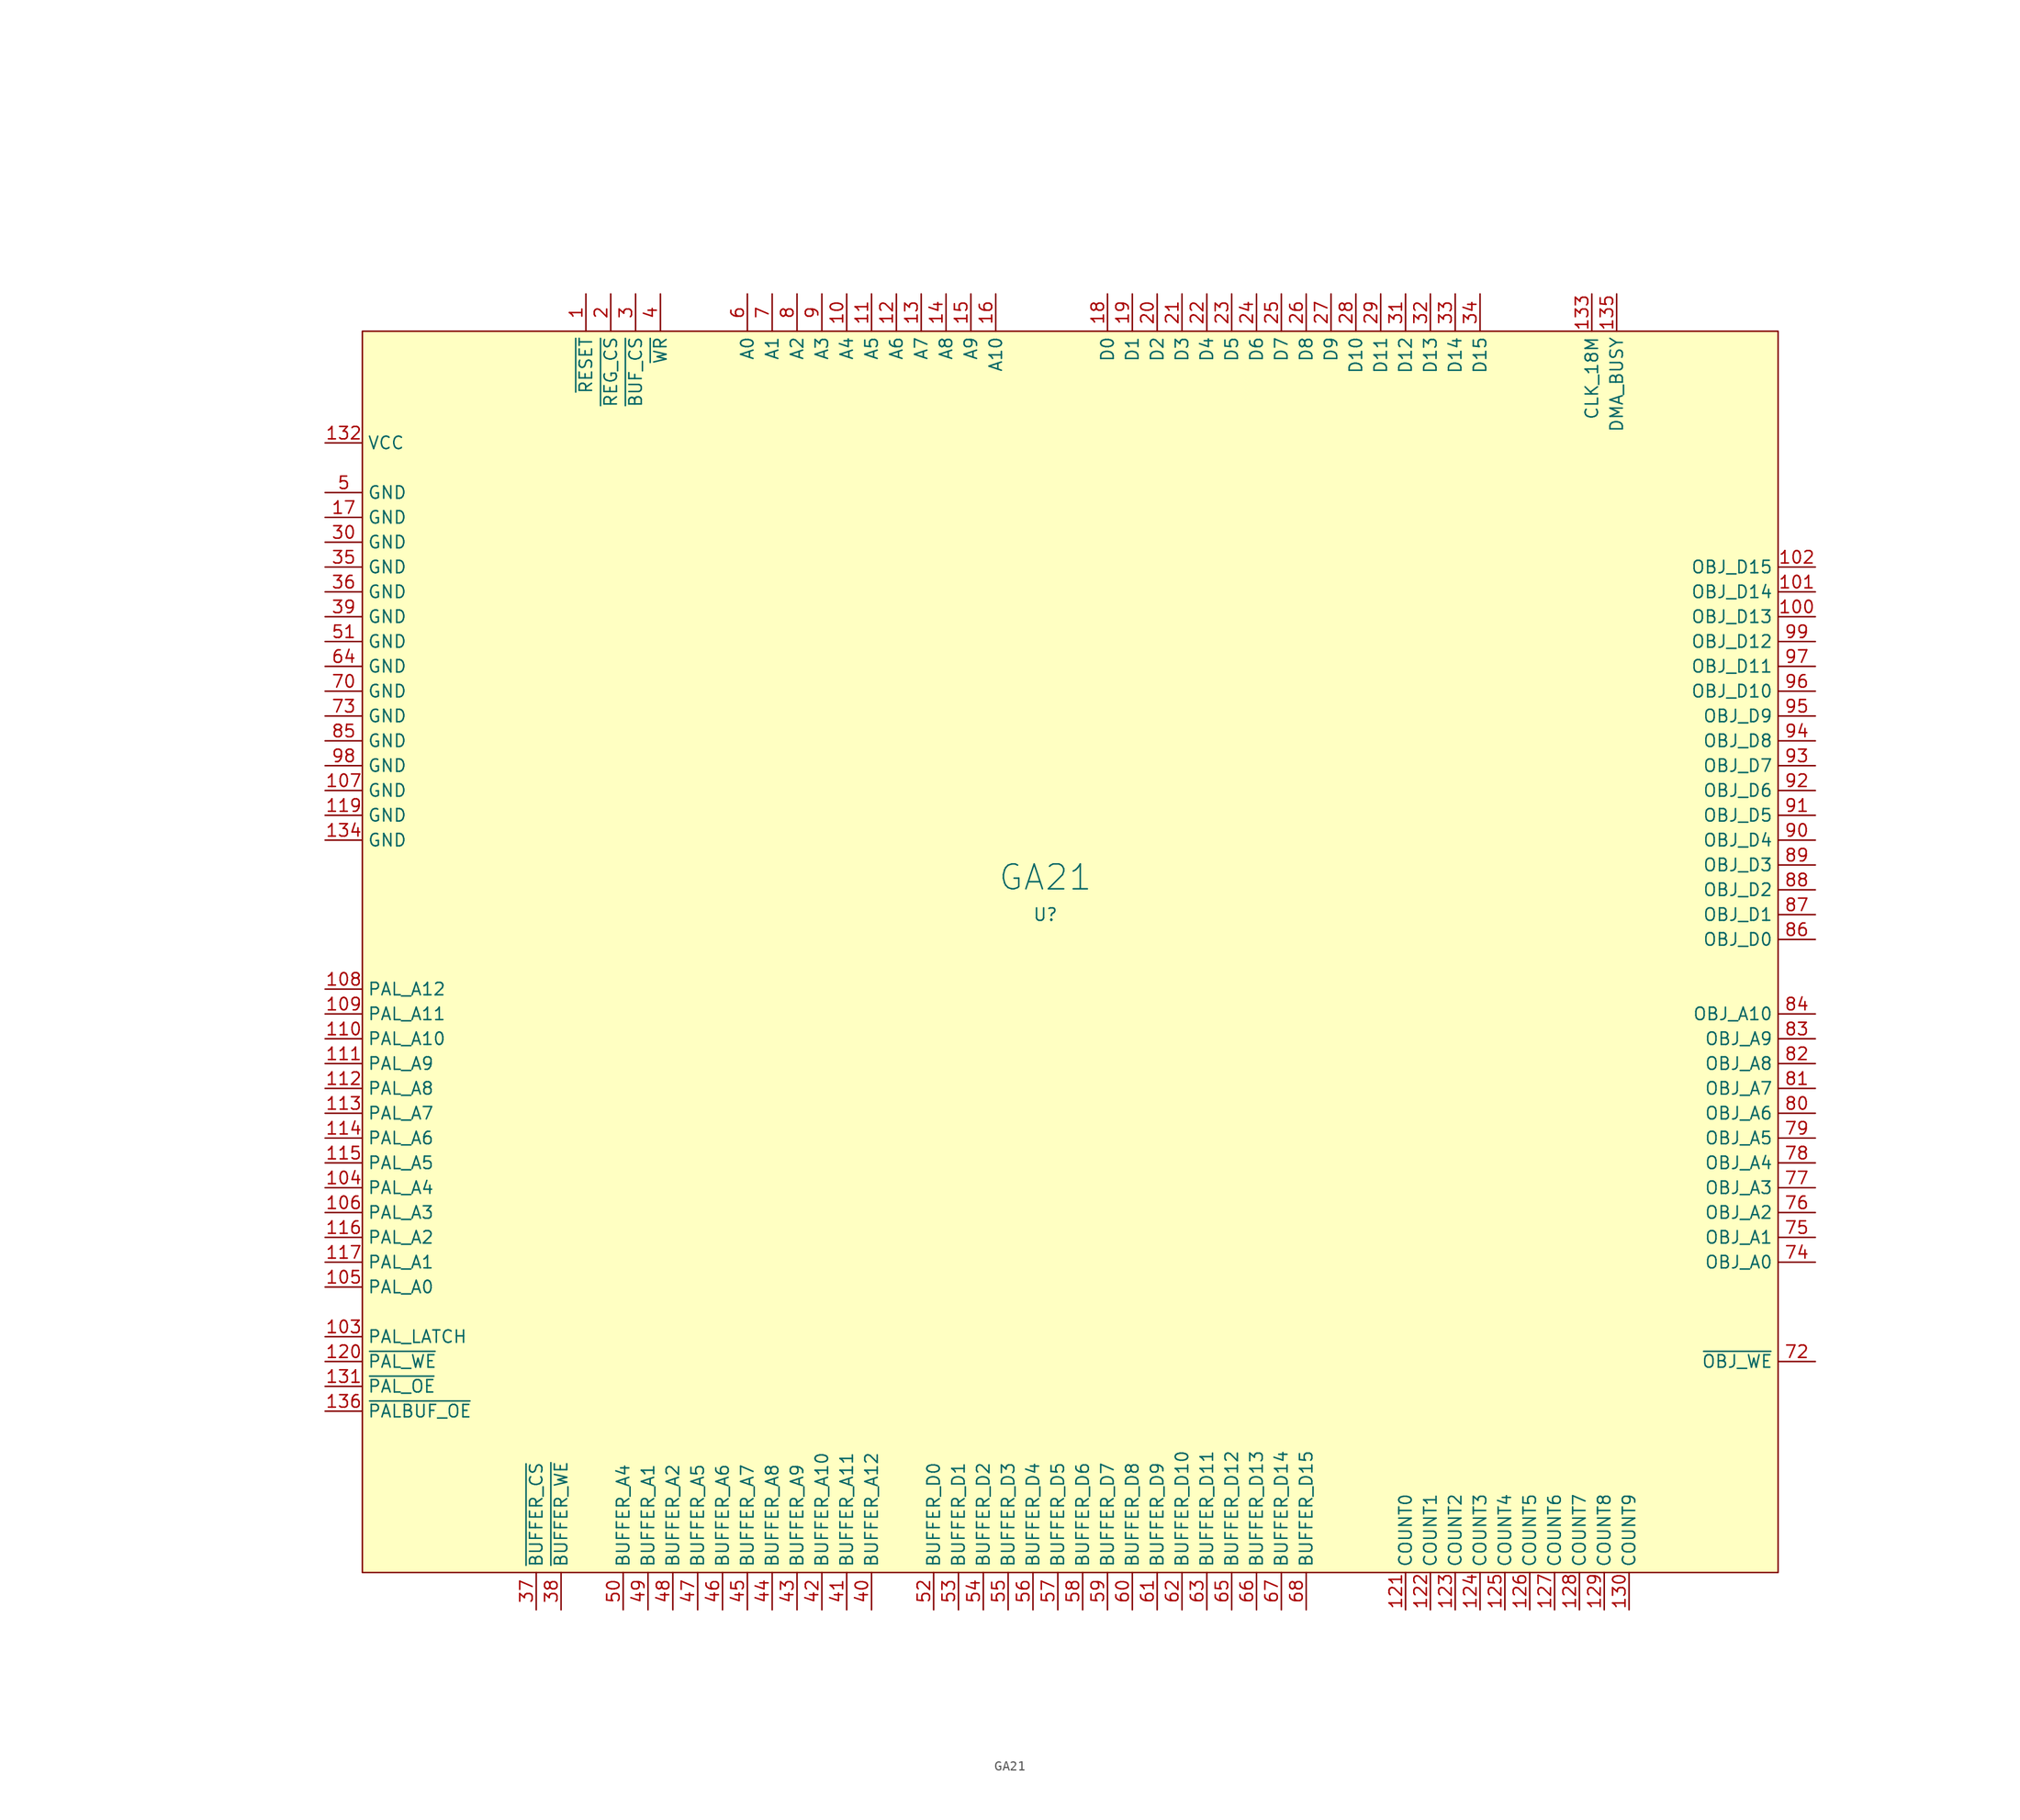
<source format=kicad_sym>
(kicad_symbol_lib
  (version 20220914)
  (generator kicad_symbol_editor)
  (symbol "GA21"
    (property "Reference" "U"
      (at 0 1.27 0)
      (effects (font (size 1.27 1.27))))
    (property "Value" "GA21"
      (at 0 5.08 0)
      (effects (font (size 2.54 2.54))))
    (symbol "GA21_0_1"
      (rectangle (start -69.85 60.96) (end 74.93 -66.04) (stroke (width 0) (type default)) (fill (type background))))
    (symbol "GA21_1_1"
      (pin input line (at -46.99 64.77 270) (length 3.81) (name "~{RESET}" (effects (font (size 1.27 1.27)))) (number "1" (effects (font (size 1.27 1.27)))))
      (pin input line (at -20.32 64.77 270) (length 3.81) (name "A4" (effects (font (size 1.27 1.27)))) (number "10" (effects (font (size 1.27 1.27)))))
      (pin tri_state line (at 78.74 31.75 180) (length 3.81) (name "OBJ_D13" (effects (font (size 1.27 1.27)))) (number "100" (effects (font (size 1.27 1.27)))))
      (pin tri_state line (at 78.74 34.29 180) (length 3.81) (name "OBJ_D14" (effects (font (size 1.27 1.27)))) (number "101" (effects (font (size 1.27 1.27)))))
      (pin tri_state line (at 78.74 36.83 180) (length 3.81) (name "OBJ_D15" (effects (font (size 1.27 1.27)))) (number "102" (effects (font (size 1.27 1.27)))))
      (pin output line (at -73.66 -41.91 0) (length 3.81) (name "PAL_LATCH" (effects (font (size 1.27 1.27)))) (number "103" (effects (font (size 1.27 1.27)))))
      (pin output line (at -73.66 -26.67 0) (length 3.81) (name "PAL_A4" (effects (font (size 1.27 1.27)))) (number "104" (effects (font (size 1.27 1.27)))))
      (pin output line (at -73.66 -36.83 0) (length 3.81) (name "PAL_A0" (effects (font (size 1.27 1.27)))) (number "105" (effects (font (size 1.27 1.27)))))
      (pin output line (at -73.66 -29.21 0) (length 3.81) (name "PAL_A3" (effects (font (size 1.27 1.27)))) (number "106" (effects (font (size 1.27 1.27)))))
      (pin power_in line (at -73.66 13.97 0) (length 3.81) (name "GND" (effects (font (size 1.27 1.27)))) (number "107" (effects (font (size 1.27 1.27)))))
      (pin output line (at -73.66 -6.35 0) (length 3.81) (name "PAL_A12" (effects (font (size 1.27 1.27)))) (number "108" (effects (font (size 1.27 1.27)))))
      (pin output line (at -73.66 -8.89 0) (length 3.81) (name "PAL_A11" (effects (font (size 1.27 1.27)))) (number "109" (effects (font (size 1.27 1.27)))))
      (pin input line (at -17.78 64.77 270) (length 3.81) (name "A5" (effects (font (size 1.27 1.27)))) (number "11" (effects (font (size 1.27 1.27)))))
      (pin output line (at -73.66 -11.43 0) (length 3.81) (name "PAL_A10" (effects (font (size 1.27 1.27)))) (number "110" (effects (font (size 1.27 1.27)))))
      (pin output line (at -73.66 -13.97 0) (length 3.81) (name "PAL_A9" (effects (font (size 1.27 1.27)))) (number "111" (effects (font (size 1.27 1.27)))))
      (pin output line (at -73.66 -16.51 0) (length 3.81) (name "PAL_A8" (effects (font (size 1.27 1.27)))) (number "112" (effects (font (size 1.27 1.27)))))
      (pin output line (at -73.66 -19.05 0) (length 3.81) (name "PAL_A7" (effects (font (size 1.27 1.27)))) (number "113" (effects (font (size 1.27 1.27)))))
      (pin output line (at -73.66 -21.59 0) (length 3.81) (name "PAL_A6" (effects (font (size 1.27 1.27)))) (number "114" (effects (font (size 1.27 1.27)))))
      (pin output line (at -73.66 -24.13 0) (length 3.81) (name "PAL_A5" (effects (font (size 1.27 1.27)))) (number "115" (effects (font (size 1.27 1.27)))))
      (pin output line (at -73.66 -31.75 0) (length 3.81) (name "PAL_A2" (effects (font (size 1.27 1.27)))) (number "116" (effects (font (size 1.27 1.27)))))
      (pin output line (at -73.66 -34.29 0) (length 3.81) (name "PAL_A1" (effects (font (size 1.27 1.27)))) (number "117" (effects (font (size 1.27 1.27)))))
      (pin no_connect line (at -86.36 71.12 0) (length 3.81) hide (name "NC" (effects (font (size 1.27 1.27)))) (number "118" (effects (font (size 1.27 1.27)))))
      (pin power_in line (at -73.66 11.43 0) (length 3.81) (name "GND" (effects (font (size 1.27 1.27)))) (number "119" (effects (font (size 1.27 1.27)))))
      (pin input line (at -15.24 64.77 270) (length 3.81) (name "A6" (effects (font (size 1.27 1.27)))) (number "12" (effects (font (size 1.27 1.27)))))
      (pin output line (at -73.66 -44.45 0) (length 3.81) (name "~{PAL_WE}" (effects (font (size 1.27 1.27)))) (number "120" (effects (font (size 1.27 1.27)))))
      (pin input line (at 36.83 -69.85 90) (length 3.81) (name "COUNT0" (effects (font (size 1.27 1.27)))) (number "121" (effects (font (size 1.27 1.27)))))
      (pin input line (at 39.37 -69.85 90) (length 3.81) (name "COUNT1" (effects (font (size 1.27 1.27)))) (number "122" (effects (font (size 1.27 1.27)))))
      (pin input line (at 41.91 -69.85 90) (length 3.81) (name "COUNT2" (effects (font (size 1.27 1.27)))) (number "123" (effects (font (size 1.27 1.27)))))
      (pin input line (at 44.45 -69.85 90) (length 3.81) (name "COUNT3" (effects (font (size 1.27 1.27)))) (number "124" (effects (font (size 1.27 1.27)))))
      (pin input line (at 46.99 -69.85 90) (length 3.81) (name "COUNT4" (effects (font (size 1.27 1.27)))) (number "125" (effects (font (size 1.27 1.27)))))
      (pin input line (at 49.53 -69.85 90) (length 3.81) (name "COUNT5" (effects (font (size 1.27 1.27)))) (number "126" (effects (font (size 1.27 1.27)))))
      (pin input line (at 52.07 -69.85 90) (length 3.81) (name "COUNT6" (effects (font (size 1.27 1.27)))) (number "127" (effects (font (size 1.27 1.27)))))
      (pin input line (at 54.61 -69.85 90) (length 3.81) (name "COUNT7" (effects (font (size 1.27 1.27)))) (number "128" (effects (font (size 1.27 1.27)))))
      (pin input line (at 57.15 -69.85 90) (length 3.81) (name "COUNT8" (effects (font (size 1.27 1.27)))) (number "129" (effects (font (size 1.27 1.27)))))
      (pin input line (at -12.7 64.77 270) (length 3.81) (name "A7" (effects (font (size 1.27 1.27)))) (number "13" (effects (font (size 1.27 1.27)))))
      (pin input line (at 59.69 -69.85 90) (length 3.81) (name "COUNT9" (effects (font (size 1.27 1.27)))) (number "130" (effects (font (size 1.27 1.27)))))
      (pin output line (at -73.66 -46.99 0) (length 3.81) (name "~{PAL_OE}" (effects (font (size 1.27 1.27)))) (number "131" (effects (font (size 1.27 1.27)))))
      (pin power_in line (at -73.66 49.53 0) (length 3.81) (name "VCC" (effects (font (size 1.27 1.27)))) (number "132" (effects (font (size 1.27 1.27)))))
      (pin input line (at 55.88 64.77 270) (length 3.81) (name "CLK_18M" (effects (font (size 1.27 1.27)))) (number "133" (effects (font (size 1.27 1.27)))))
      (pin power_in line (at -73.66 8.89 0) (length 3.81) (name "GND" (effects (font (size 1.27 1.27)))) (number "134" (effects (font (size 1.27 1.27)))))
      (pin output line (at 58.42 64.77 270) (length 3.81) (name "DMA_BUSY" (effects (font (size 1.27 1.27)))) (number "135" (effects (font (size 1.27 1.27)))))
      (pin output line (at -73.66 -49.53 0) (length 3.81) (name "~{PALBUF_OE}" (effects (font (size 1.27 1.27)))) (number "136" (effects (font (size 1.27 1.27)))))
      (pin input line (at -10.16 64.77 270) (length 3.81) (name "A8" (effects (font (size 1.27 1.27)))) (number "14" (effects (font (size 1.27 1.27)))))
      (pin input line (at -7.62 64.77 270) (length 3.81) (name "A9" (effects (font (size 1.27 1.27)))) (number "15" (effects (font (size 1.27 1.27)))))
      (pin input line (at -5.08 64.77 270) (length 3.81) (name "A10" (effects (font (size 1.27 1.27)))) (number "16" (effects (font (size 1.27 1.27)))))
      (pin power_in line (at -73.66 41.91 0) (length 3.81) (name "GND" (effects (font (size 1.27 1.27)))) (number "17" (effects (font (size 1.27 1.27)))))
      (pin tri_state line (at 6.35 64.77 270) (length 3.81) (name "D0" (effects (font (size 1.27 1.27)))) (number "18" (effects (font (size 1.27 1.27)))))
      (pin tri_state line (at 8.89 64.77 270) (length 3.81) (name "D1" (effects (font (size 1.27 1.27)))) (number "19" (effects (font (size 1.27 1.27)))))
      (pin input line (at -44.45 64.77 270) (length 3.81) (name "~{REG_CS}" (effects (font (size 1.27 1.27)))) (number "2" (effects (font (size 1.27 1.27)))))
      (pin tri_state line (at 11.43 64.77 270) (length 3.81) (name "D2" (effects (font (size 1.27 1.27)))) (number "20" (effects (font (size 1.27 1.27)))))
      (pin tri_state line (at 13.97 64.77 270) (length 3.81) (name "D3" (effects (font (size 1.27 1.27)))) (number "21" (effects (font (size 1.27 1.27)))))
      (pin tri_state line (at 16.51 64.77 270) (length 3.81) (name "D4" (effects (font (size 1.27 1.27)))) (number "22" (effects (font (size 1.27 1.27)))))
      (pin tri_state line (at 19.05 64.77 270) (length 3.81) (name "D5" (effects (font (size 1.27 1.27)))) (number "23" (effects (font (size 1.27 1.27)))))
      (pin tri_state line (at 21.59 64.77 270) (length 3.81) (name "D6" (effects (font (size 1.27 1.27)))) (number "24" (effects (font (size 1.27 1.27)))))
      (pin tri_state line (at 24.13 64.77 270) (length 3.81) (name "D7" (effects (font (size 1.27 1.27)))) (number "25" (effects (font (size 1.27 1.27)))))
      (pin tri_state line (at 26.67 64.77 270) (length 3.81) (name "D8" (effects (font (size 1.27 1.27)))) (number "26" (effects (font (size 1.27 1.27)))))
      (pin tri_state line (at 29.21 64.77 270) (length 3.81) (name "D9" (effects (font (size 1.27 1.27)))) (number "27" (effects (font (size 1.27 1.27)))))
      (pin tri_state line (at 31.75 64.77 270) (length 3.81) (name "D10" (effects (font (size 1.27 1.27)))) (number "28" (effects (font (size 1.27 1.27)))))
      (pin tri_state line (at 34.29 64.77 270) (length 3.81) (name "D11" (effects (font (size 1.27 1.27)))) (number "29" (effects (font (size 1.27 1.27)))))
      (pin input line (at -41.91 64.77 270) (length 3.81) (name "~{BUF_CS}" (effects (font (size 1.27 1.27)))) (number "3" (effects (font (size 1.27 1.27)))))
      (pin power_in line (at -73.66 39.37 0) (length 3.81) (name "GND" (effects (font (size 1.27 1.27)))) (number "30" (effects (font (size 1.27 1.27)))))
      (pin tri_state line (at 36.83 64.77 270) (length 3.81) (name "D12" (effects (font (size 1.27 1.27)))) (number "31" (effects (font (size 1.27 1.27)))))
      (pin tri_state line (at 39.37 64.77 270) (length 3.81) (name "D13" (effects (font (size 1.27 1.27)))) (number "32" (effects (font (size 1.27 1.27)))))
      (pin tri_state line (at 41.91 64.77 270) (length 3.81) (name "D14" (effects (font (size 1.27 1.27)))) (number "33" (effects (font (size 1.27 1.27)))))
      (pin tri_state line (at 44.45 64.77 270) (length 3.81) (name "D15" (effects (font (size 1.27 1.27)))) (number "34" (effects (font (size 1.27 1.27)))))
      (pin power_in line (at -73.66 36.83 0) (length 3.81) (name "GND" (effects (font (size 1.27 1.27)))) (number "35" (effects (font (size 1.27 1.27)))))
      (pin power_in line (at -73.66 34.29 0) (length 3.81) (name "GND" (effects (font (size 1.27 1.27)))) (number "36" (effects (font (size 1.27 1.27)))))
      (pin output line (at -52.07 -69.85 90) (length 3.81) (name "~{BUFFER_CS}" (effects (font (size 1.27 1.27)))) (number "37" (effects (font (size 1.27 1.27)))))
      (pin output line (at -49.53 -69.85 90) (length 3.81) (name "~{BUFFER_WE}" (effects (font (size 1.27 1.27)))) (number "38" (effects (font (size 1.27 1.27)))))
      (pin power_in line (at -73.66 31.75 0) (length 3.81) (name "GND" (effects (font (size 1.27 1.27)))) (number "39" (effects (font (size 1.27 1.27)))))
      (pin input line (at -39.37 64.77 270) (length 3.81) (name "~{WR}" (effects (font (size 1.27 1.27)))) (number "4" (effects (font (size 1.27 1.27)))))
      (pin output line (at -17.78 -69.85 90) (length 3.81) (name "BUFFER_A12" (effects (font (size 1.27 1.27)))) (number "40" (effects (font (size 1.27 1.27)))))
      (pin output line (at -20.32 -69.85 90) (length 3.81) (name "BUFFER_A11" (effects (font (size 1.27 1.27)))) (number "41" (effects (font (size 1.27 1.27)))))
      (pin output line (at -22.86 -69.85 90) (length 3.81) (name "BUFFER_A10" (effects (font (size 1.27 1.27)))) (number "42" (effects (font (size 1.27 1.27)))))
      (pin output line (at -25.4 -69.85 90) (length 3.81) (name "BUFFER_A9" (effects (font (size 1.27 1.27)))) (number "43" (effects (font (size 1.27 1.27)))))
      (pin output line (at -27.94 -69.85 90) (length 3.81) (name "BUFFER_A8" (effects (font (size 1.27 1.27)))) (number "44" (effects (font (size 1.27 1.27)))))
      (pin output line (at -30.48 -69.85 90) (length 3.81) (name "BUFFER_A7" (effects (font (size 1.27 1.27)))) (number "45" (effects (font (size 1.27 1.27)))))
      (pin output line (at -33.02 -69.85 90) (length 3.81) (name "BUFFER_A6" (effects (font (size 1.27 1.27)))) (number "46" (effects (font (size 1.27 1.27)))))
      (pin output line (at -35.56 -69.85 90) (length 3.81) (name "BUFFER_A5" (effects (font (size 1.27 1.27)))) (number "47" (effects (font (size 1.27 1.27)))))
      (pin output line (at -38.1 -69.85 90) (length 3.81) (name "BUFFER_A2" (effects (font (size 1.27 1.27)))) (number "48" (effects (font (size 1.27 1.27)))))
      (pin output line (at -40.64 -69.85 90) (length 3.81) (name "BUFFER_A1" (effects (font (size 1.27 1.27)))) (number "49" (effects (font (size 1.27 1.27)))))
      (pin power_in line (at -73.66 44.45 0) (length 3.81) (name "GND" (effects (font (size 1.27 1.27)))) (number "5" (effects (font (size 1.27 1.27)))))
      (pin output line (at -43.18 -69.85 90) (length 3.81) (name "BUFFER_A4" (effects (font (size 1.27 1.27)))) (number "50" (effects (font (size 1.27 1.27)))))
      (pin power_in line (at -73.66 29.21 0) (length 3.81) (name "GND" (effects (font (size 1.27 1.27)))) (number "51" (effects (font (size 1.27 1.27)))))
      (pin tri_state line (at -11.43 -69.85 90) (length 3.81) (name "BUFFER_D0" (effects (font (size 1.27 1.27)))) (number "52" (effects (font (size 1.27 1.27)))))
      (pin tri_state line (at -8.89 -69.85 90) (length 3.81) (name "BUFFER_D1" (effects (font (size 1.27 1.27)))) (number "53" (effects (font (size 1.27 1.27)))))
      (pin tri_state line (at -6.35 -69.85 90) (length 3.81) (name "BUFFER_D2" (effects (font (size 1.27 1.27)))) (number "54" (effects (font (size 1.27 1.27)))))
      (pin tri_state line (at -3.81 -69.85 90) (length 3.81) (name "BUFFER_D3" (effects (font (size 1.27 1.27)))) (number "55" (effects (font (size 1.27 1.27)))))
      (pin tri_state line (at -1.27 -69.85 90) (length 3.81) (name "BUFFER_D4" (effects (font (size 1.27 1.27)))) (number "56" (effects (font (size 1.27 1.27)))))
      (pin tri_state line (at 1.27 -69.85 90) (length 3.81) (name "BUFFER_D5" (effects (font (size 1.27 1.27)))) (number "57" (effects (font (size 1.27 1.27)))))
      (pin tri_state line (at 3.81 -69.85 90) (length 3.81) (name "BUFFER_D6" (effects (font (size 1.27 1.27)))) (number "58" (effects (font (size 1.27 1.27)))))
      (pin tri_state line (at 6.35 -69.85 90) (length 3.81) (name "BUFFER_D7" (effects (font (size 1.27 1.27)))) (number "59" (effects (font (size 1.27 1.27)))))
      (pin input line (at -30.48 64.77 270) (length 3.81) (name "A0" (effects (font (size 1.27 1.27)))) (number "6" (effects (font (size 1.27 1.27)))))
      (pin tri_state line (at 8.89 -69.85 90) (length 3.81) (name "BUFFER_D8" (effects (font (size 1.27 1.27)))) (number "60" (effects (font (size 1.27 1.27)))))
      (pin tri_state line (at 11.43 -69.85 90) (length 3.81) (name "BUFFER_D9" (effects (font (size 1.27 1.27)))) (number "61" (effects (font (size 1.27 1.27)))))
      (pin tri_state line (at 13.97 -69.85 90) (length 3.81) (name "BUFFER_D10" (effects (font (size 1.27 1.27)))) (number "62" (effects (font (size 1.27 1.27)))))
      (pin tri_state line (at 16.51 -69.85 90) (length 3.81) (name "BUFFER_D11" (effects (font (size 1.27 1.27)))) (number "63" (effects (font (size 1.27 1.27)))))
      (pin power_in line (at -73.66 26.67 0) (length 3.81) (name "GND" (effects (font (size 1.27 1.27)))) (number "64" (effects (font (size 1.27 1.27)))))
      (pin tri_state line (at 19.05 -69.85 90) (length 3.81) (name "BUFFER_D12" (effects (font (size 1.27 1.27)))) (number "65" (effects (font (size 1.27 1.27)))))
      (pin tri_state line (at 21.59 -69.85 90) (length 3.81) (name "BUFFER_D13" (effects (font (size 1.27 1.27)))) (number "66" (effects (font (size 1.27 1.27)))))
      (pin tri_state line (at 24.13 -69.85 90) (length 3.81) (name "BUFFER_D14" (effects (font (size 1.27 1.27)))) (number "67" (effects (font (size 1.27 1.27)))))
      (pin tri_state line (at 26.67 -69.85 90) (length 3.81) (name "BUFFER_D15" (effects (font (size 1.27 1.27)))) (number "68" (effects (font (size 1.27 1.27)))))
      (pin no_connect line (at -86.36 73.66 0) (length 3.81) hide (name "NC" (effects (font (size 1.27 1.27)))) (number "69" (effects (font (size 1.27 1.27)))))
      (pin input line (at -27.94 64.77 270) (length 3.81) (name "A1" (effects (font (size 1.27 1.27)))) (number "7" (effects (font (size 1.27 1.27)))))
      (pin power_in line (at -73.66 24.13 0) (length 3.81) (name "GND" (effects (font (size 1.27 1.27)))) (number "70" (effects (font (size 1.27 1.27)))))
      (pin no_connect line (at -86.36 76.2 0) (length 3.81) hide (name "NC" (effects (font (size 1.27 1.27)))) (number "71" (effects (font (size 1.27 1.27)))))
      (pin output line (at 78.74 -44.45 180) (length 3.81) (name "~{OBJ_WE}" (effects (font (size 1.27 1.27)))) (number "72" (effects (font (size 1.27 1.27)))))
      (pin power_in line (at -73.66 21.59 0) (length 3.81) (name "GND" (effects (font (size 1.27 1.27)))) (number "73" (effects (font (size 1.27 1.27)))))
      (pin output line (at 78.74 -34.29 180) (length 3.81) (name "OBJ_A0" (effects (font (size 1.27 1.27)))) (number "74" (effects (font (size 1.27 1.27)))))
      (pin output line (at 78.74 -31.75 180) (length 3.81) (name "OBJ_A1" (effects (font (size 1.27 1.27)))) (number "75" (effects (font (size 1.27 1.27)))))
      (pin output line (at 78.74 -29.21 180) (length 3.81) (name "OBJ_A2" (effects (font (size 1.27 1.27)))) (number "76" (effects (font (size 1.27 1.27)))))
      (pin output line (at 78.74 -26.67 180) (length 3.81) (name "OBJ_A3" (effects (font (size 1.27 1.27)))) (number "77" (effects (font (size 1.27 1.27)))))
      (pin output line (at 78.74 -24.13 180) (length 3.81) (name "OBJ_A4" (effects (font (size 1.27 1.27)))) (number "78" (effects (font (size 1.27 1.27)))))
      (pin output line (at 78.74 -21.59 180) (length 3.81) (name "OBJ_A5" (effects (font (size 1.27 1.27)))) (number "79" (effects (font (size 1.27 1.27)))))
      (pin input line (at -25.4 64.77 270) (length 3.81) (name "A2" (effects (font (size 1.27 1.27)))) (number "8" (effects (font (size 1.27 1.27)))))
      (pin output line (at 78.74 -19.05 180) (length 3.81) (name "OBJ_A6" (effects (font (size 1.27 1.27)))) (number "80" (effects (font (size 1.27 1.27)))))
      (pin output line (at 78.74 -16.51 180) (length 3.81) (name "OBJ_A7" (effects (font (size 1.27 1.27)))) (number "81" (effects (font (size 1.27 1.27)))))
      (pin output line (at 78.74 -13.97 180) (length 3.81) (name "OBJ_A8" (effects (font (size 1.27 1.27)))) (number "82" (effects (font (size 1.27 1.27)))))
      (pin output line (at 78.74 -11.43 180) (length 3.81) (name "OBJ_A9" (effects (font (size 1.27 1.27)))) (number "83" (effects (font (size 1.27 1.27)))))
      (pin output line (at 78.74 -8.89 180) (length 3.81) (name "OBJ_A10" (effects (font (size 1.27 1.27)))) (number "84" (effects (font (size 1.27 1.27)))))
      (pin power_in line (at -73.66 19.05 0) (length 3.81) (name "GND" (effects (font (size 1.27 1.27)))) (number "85" (effects (font (size 1.27 1.27)))))
      (pin tri_state line (at 78.74 -1.27 180) (length 3.81) (name "OBJ_D0" (effects (font (size 1.27 1.27)))) (number "86" (effects (font (size 1.27 1.27)))))
      (pin tri_state line (at 78.74 1.27 180) (length 3.81) (name "OBJ_D1" (effects (font (size 1.27 1.27)))) (number "87" (effects (font (size 1.27 1.27)))))
      (pin tri_state line (at 78.74 3.81 180) (length 3.81) (name "OBJ_D2" (effects (font (size 1.27 1.27)))) (number "88" (effects (font (size 1.27 1.27)))))
      (pin tri_state line (at 78.74 6.35 180) (length 3.81) (name "OBJ_D3" (effects (font (size 1.27 1.27)))) (number "89" (effects (font (size 1.27 1.27)))))
      (pin input line (at -22.86 64.77 270) (length 3.81) (name "A3" (effects (font (size 1.27 1.27)))) (number "9" (effects (font (size 1.27 1.27)))))
      (pin tri_state line (at 78.74 8.89 180) (length 3.81) (name "OBJ_D4" (effects (font (size 1.27 1.27)))) (number "90" (effects (font (size 1.27 1.27)))))
      (pin tri_state line (at 78.74 11.43 180) (length 3.81) (name "OBJ_D5" (effects (font (size 1.27 1.27)))) (number "91" (effects (font (size 1.27 1.27)))))
      (pin tri_state line (at 78.74 13.97 180) (length 3.81) (name "OBJ_D6" (effects (font (size 1.27 1.27)))) (number "92" (effects (font (size 1.27 1.27)))))
      (pin tri_state line (at 78.74 16.51 180) (length 3.81) (name "OBJ_D7" (effects (font (size 1.27 1.27)))) (number "93" (effects (font (size 1.27 1.27)))))
      (pin tri_state line (at 78.74 19.05 180) (length 3.81) (name "OBJ_D8" (effects (font (size 1.27 1.27)))) (number "94" (effects (font (size 1.27 1.27)))))
      (pin tri_state line (at 78.74 21.59 180) (length 3.81) (name "OBJ_D9" (effects (font (size 1.27 1.27)))) (number "95" (effects (font (size 1.27 1.27)))))
      (pin tri_state line (at 78.74 24.13 180) (length 3.81) (name "OBJ_D10" (effects (font (size 1.27 1.27)))) (number "96" (effects (font (size 1.27 1.27)))))
      (pin tri_state line (at 78.74 26.67 180) (length 3.81) (name "OBJ_D11" (effects (font (size 1.27 1.27)))) (number "97" (effects (font (size 1.27 1.27)))))
      (pin power_in line (at -73.66 16.51 0) (length 3.81) (name "GND" (effects (font (size 1.27 1.27)))) (number "98" (effects (font (size 1.27 1.27)))))
      (pin tri_state line (at 78.74 29.21 180) (length 3.81) (name "OBJ_D12" (effects (font (size 1.27 1.27)))) (number "99" (effects (font (size 1.27 1.27))))))))
</source>
